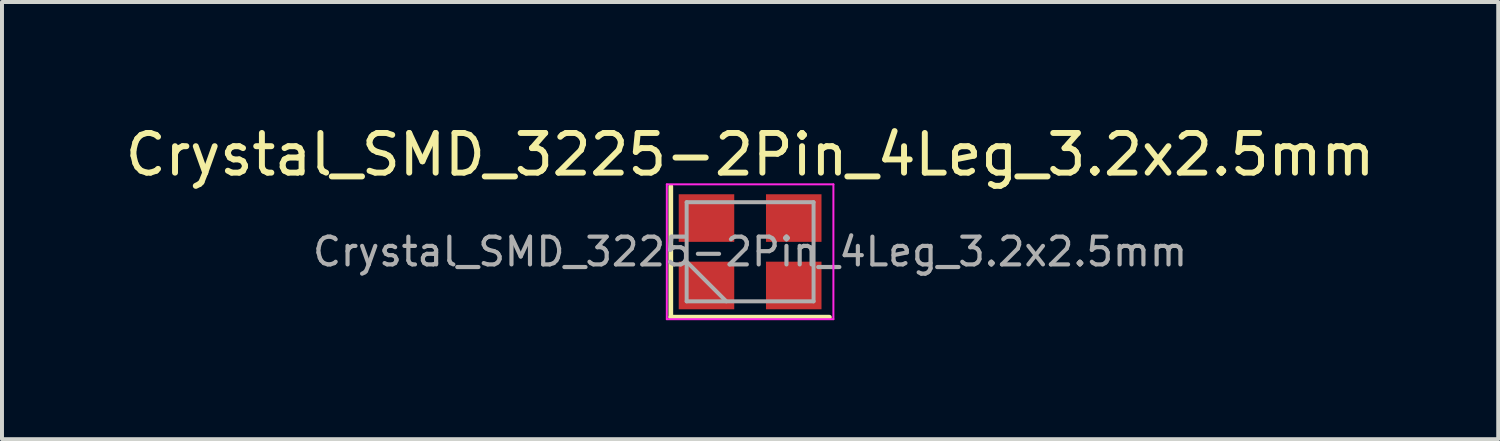
<source format=kicad_pcb>
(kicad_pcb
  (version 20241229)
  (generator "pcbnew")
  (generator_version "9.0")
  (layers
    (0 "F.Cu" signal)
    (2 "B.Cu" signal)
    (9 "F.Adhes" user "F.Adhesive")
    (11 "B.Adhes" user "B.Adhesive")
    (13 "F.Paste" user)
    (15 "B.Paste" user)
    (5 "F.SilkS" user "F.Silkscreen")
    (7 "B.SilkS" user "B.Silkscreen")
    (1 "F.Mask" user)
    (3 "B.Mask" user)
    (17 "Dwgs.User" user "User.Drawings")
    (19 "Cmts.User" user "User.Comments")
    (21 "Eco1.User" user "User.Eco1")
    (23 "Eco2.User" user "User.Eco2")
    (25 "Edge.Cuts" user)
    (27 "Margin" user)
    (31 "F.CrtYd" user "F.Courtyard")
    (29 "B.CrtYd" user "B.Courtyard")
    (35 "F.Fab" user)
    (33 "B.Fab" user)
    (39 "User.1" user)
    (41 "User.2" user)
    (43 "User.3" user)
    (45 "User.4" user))
  (footprint "Crystal_SMD_3225-2Pin_4Leg_3.2x2.5mm"
    (layer "F.Cu")
    (at 15.863 3.298)
    (property "Reference" "Crystal_SMD_3225-2Pin_4Leg_3.2x2.5mm" (at 0 -2.45 0) (layer "F.SilkS") (effects (font (size 1 1) (thickness 0.15))))
    (attr smd)
    (fp_line (start -2 -1.65) (end -2 1.65) (stroke (width 0.12) (type solid)) (layer "F.SilkS"))
    (fp_line (start -2 1.65) (end 2 1.65) (stroke (width 0.12) (type solid)) (layer "F.SilkS"))
    (fp_line (start -2.1 -1.7) (end -2.1 1.7) (stroke (width 0.05) (type solid)) (layer "F.CrtYd"))
    (fp_line (start -2.1 1.7) (end 2.1 1.7) (stroke (width 0.05) (type solid)) (layer "F.CrtYd"))
    (fp_line (start 2.1 -1.7) (end -2.1 -1.7) (stroke (width 0.05) (type solid)) (layer "F.CrtYd"))
    (fp_line (start 2.1 1.7) (end 2.1 -1.7) (stroke (width 0.05) (type solid)) (layer "F.CrtYd"))
    (fp_line (start -1.6 -1.25) (end -1.6 1.25) (stroke (width 0.1) (type solid)) (layer "F.Fab"))
    (fp_line (start -1.6 0.25) (end -0.6 1.25) (stroke (width 0.1) (type solid)) (layer "F.Fab"))
    (fp_line (start -1.6 1.25) (end 1.6 1.25) (stroke (width 0.1) (type solid)) (layer "F.Fab"))
    (fp_line (start 1.6 -1.25) (end -1.6 -1.25) (stroke (width 0.1) (type solid)) (layer "F.Fab"))
    (fp_line (start 1.6 1.25) (end 1.6 -1.25) (stroke (width 0.1) (type solid)) (layer "F.Fab"))
    (fp_text user "${REFERENCE}" (at 0 0 0) (layer "F.Fab") (effects (font (size 0.7 0.7) (thickness 0.105))))
    (pad "" smd rect (at -1.1 -0.85) (size 1.4 1.2) (layers "F.Cu" "F.Mask" "F.Paste"))
    (pad "" smd rect (at 1.1 0.85) (size 1.4 1.2) (layers "F.Cu" "F.Mask" "F.Paste"))
    (pad "1" smd rect (at -1.1 0.85) (size 1.4 1.2) (layers "F.Cu" "F.Mask" "F.Paste"))
    (pad "2" smd rect (at 1.1 -0.85) (size 1.4 1.2) (layers "F.Cu" "F.Mask" "F.Paste")))
  (gr_rect
    (start -3 -3)
    (end 34.726 8.023)
    (stroke (width 0.1) (type default))
    (fill no)
    (layer "Edge.Cuts")))
</source>
